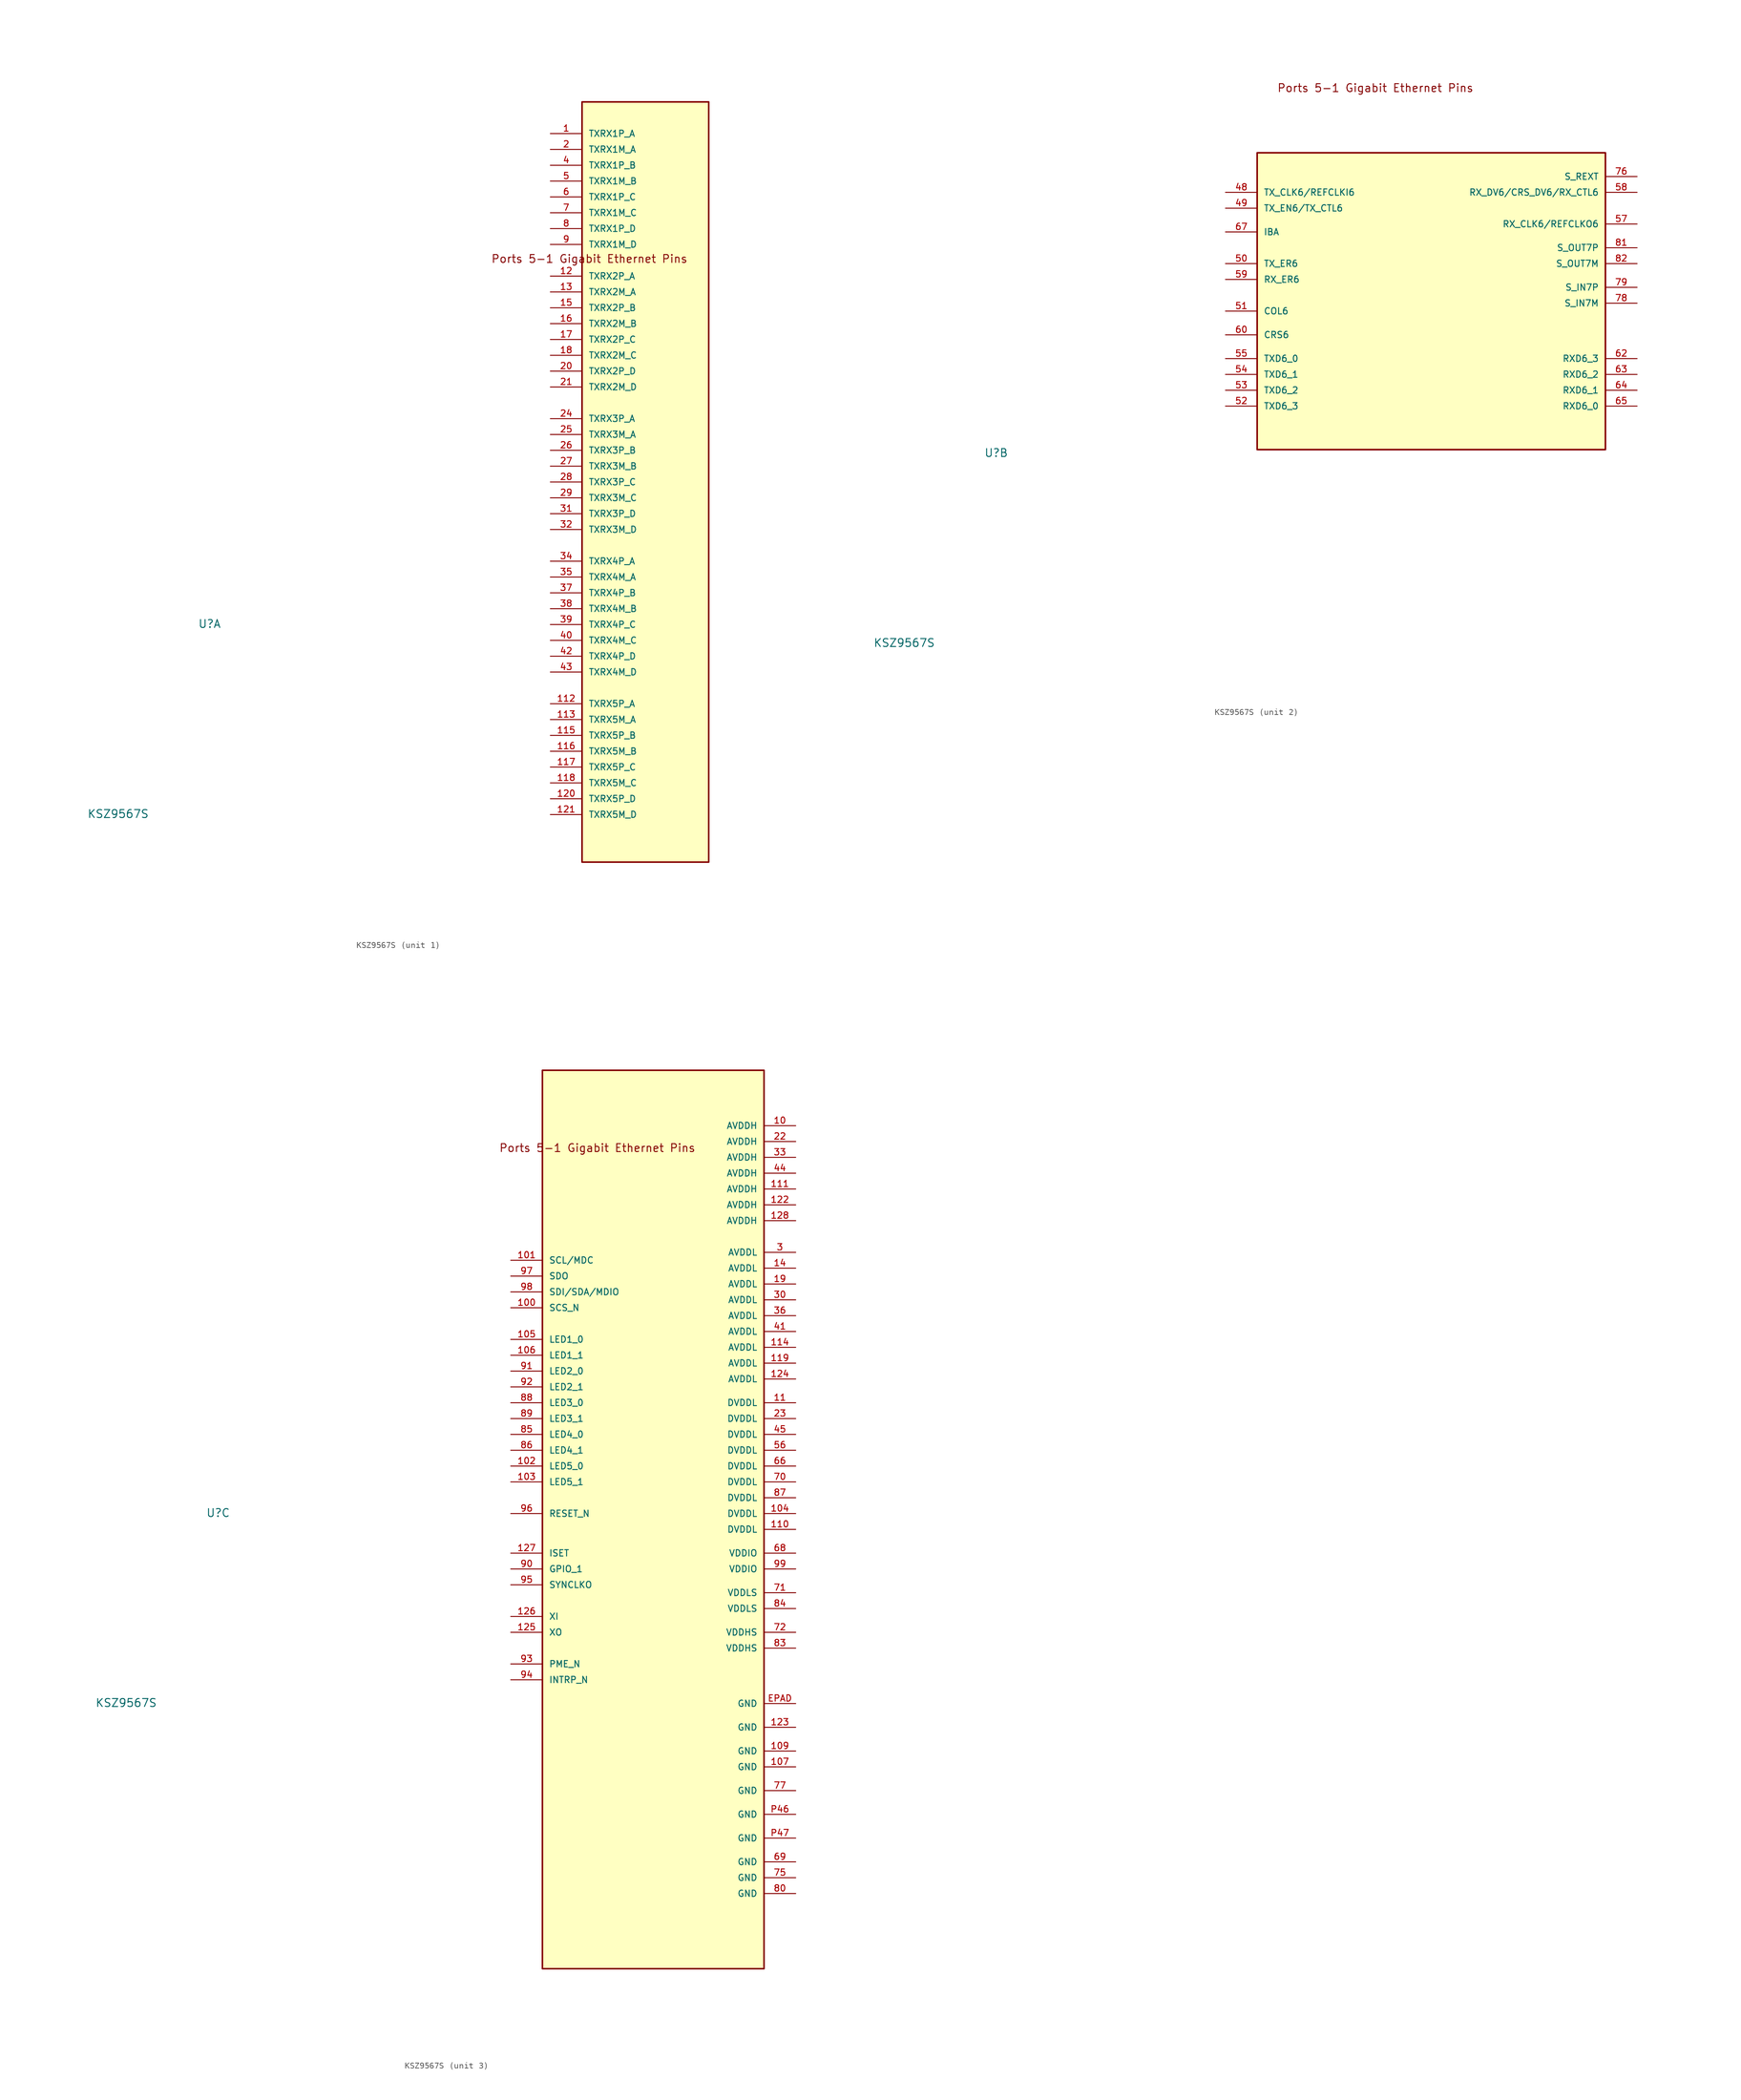
<source format=kicad_sym>
(kicad_symbol_lib
  (version 20210619)
  (generator kicad_symbol_editor)
  (symbol "KSZ9567RTXI:KSZ9567S"
    (pin_names
      (offset 1.016))
    (property "Reference" "U"
      (at -71.755 -23.495 0)
      (effects (font (size 1.27 1.27)) (justify left bottom)))
    (property "Value" "KSZ9567S"
      (at -89.535 -53.975 0)
      (effects (font (size 1.27 1.27)) (justify left bottom)))
    (property "ki_locked" ""
      (at 0 0 0)
      (effects (font (size 1.27 1.27))))
    (symbol "KSZ9567S_0_0"
      (text "Ports 5-1 Gigabit Ethernet Pins" (at -24.765 35.052 0) (effects (font (size 1.27 1.27)) (justify left bottom))))
    (symbol "KSZ9567S_1_0"
      (rectangle (start -10.16 -60.96) (end 10.16 60.96) (stroke (width 0.254)) (fill (type background)))
      (pin bidirectional line (at -15.24 55.88 0) (length 5.08) (name "TXRX1P_A" (effects (font (size 1.016 1.016)))) (number "1" (effects (font (size 1.016 1.016)))))
      (pin bidirectional line (at -15.24 -35.56 0) (length 5.08) (name "TXRX5P_A" (effects (font (size 1.016 1.016)))) (number "112" (effects (font (size 1.016 1.016)))))
      (pin bidirectional line (at -15.24 -38.1 0) (length 5.08) (name "TXRX5M_A" (effects (font (size 1.016 1.016)))) (number "113" (effects (font (size 1.016 1.016)))))
      (pin bidirectional line (at -15.24 -40.64 0) (length 5.08) (name "TXRX5P_B" (effects (font (size 1.016 1.016)))) (number "115" (effects (font (size 1.016 1.016)))))
      (pin bidirectional line (at -15.24 -43.18 0) (length 5.08) (name "TXRX5M_B" (effects (font (size 1.016 1.016)))) (number "116" (effects (font (size 1.016 1.016)))))
      (pin bidirectional line (at -15.24 -45.72 0) (length 5.08) (name "TXRX5P_C" (effects (font (size 1.016 1.016)))) (number "117" (effects (font (size 1.016 1.016)))))
      (pin bidirectional line (at -15.24 -48.26 0) (length 5.08) (name "TXRX5M_C" (effects (font (size 1.016 1.016)))) (number "118" (effects (font (size 1.016 1.016)))))
      (pin bidirectional line (at -15.24 33.02 0) (length 5.08) (name "TXRX2P_A" (effects (font (size 1.016 1.016)))) (number "12" (effects (font (size 1.016 1.016)))))
      (pin bidirectional line (at -15.24 -50.8 0) (length 5.08) (name "TXRX5P_D" (effects (font (size 1.016 1.016)))) (number "120" (effects (font (size 1.016 1.016)))))
      (pin bidirectional line (at -15.24 -53.34 0) (length 5.08) (name "TXRX5M_D" (effects (font (size 1.016 1.016)))) (number "121" (effects (font (size 1.016 1.016)))))
      (pin bidirectional line (at -15.24 30.48 0) (length 5.08) (name "TXRX2M_A" (effects (font (size 1.016 1.016)))) (number "13" (effects (font (size 1.016 1.016)))))
      (pin bidirectional line (at -15.24 27.94 0) (length 5.08) (name "TXRX2P_B" (effects (font (size 1.016 1.016)))) (number "15" (effects (font (size 1.016 1.016)))))
      (pin bidirectional line (at -15.24 25.4 0) (length 5.08) (name "TXRX2M_B" (effects (font (size 1.016 1.016)))) (number "16" (effects (font (size 1.016 1.016)))))
      (pin bidirectional line (at -15.24 22.86 0) (length 5.08) (name "TXRX2P_C" (effects (font (size 1.016 1.016)))) (number "17" (effects (font (size 1.016 1.016)))))
      (pin bidirectional line (at -15.24 20.32 0) (length 5.08) (name "TXRX2M_C" (effects (font (size 1.016 1.016)))) (number "18" (effects (font (size 1.016 1.016)))))
      (pin bidirectional line (at -15.24 53.34 0) (length 5.08) (name "TXRX1M_A" (effects (font (size 1.016 1.016)))) (number "2" (effects (font (size 1.016 1.016)))))
      (pin bidirectional line (at -15.24 17.78 0) (length 5.08) (name "TXRX2P_D" (effects (font (size 1.016 1.016)))) (number "20" (effects (font (size 1.016 1.016)))))
      (pin bidirectional line (at -15.24 15.24 0) (length 5.08) (name "TXRX2M_D" (effects (font (size 1.016 1.016)))) (number "21" (effects (font (size 1.016 1.016)))))
      (pin bidirectional line (at -15.24 10.16 0) (length 5.08) (name "TXRX3P_A" (effects (font (size 1.016 1.016)))) (number "24" (effects (font (size 1.016 1.016)))))
      (pin bidirectional line (at -15.24 7.62 0) (length 5.08) (name "TXRX3M_A" (effects (font (size 1.016 1.016)))) (number "25" (effects (font (size 1.016 1.016)))))
      (pin bidirectional line (at -15.24 5.08 0) (length 5.08) (name "TXRX3P_B" (effects (font (size 1.016 1.016)))) (number "26" (effects (font (size 1.016 1.016)))))
      (pin bidirectional line (at -15.24 2.54 0) (length 5.08) (name "TXRX3M_B" (effects (font (size 1.016 1.016)))) (number "27" (effects (font (size 1.016 1.016)))))
      (pin bidirectional line (at -15.24 0 0) (length 5.08) (name "TXRX3P_C" (effects (font (size 1.016 1.016)))) (number "28" (effects (font (size 1.016 1.016)))))
      (pin bidirectional line (at -15.24 -2.54 0) (length 5.08) (name "TXRX3M_C" (effects (font (size 1.016 1.016)))) (number "29" (effects (font (size 1.016 1.016)))))
      (pin bidirectional line (at -15.24 -5.08 0) (length 5.08) (name "TXRX3P_D" (effects (font (size 1.016 1.016)))) (number "31" (effects (font (size 1.016 1.016)))))
      (pin bidirectional line (at -15.24 -7.62 0) (length 5.08) (name "TXRX3M_D" (effects (font (size 1.016 1.016)))) (number "32" (effects (font (size 1.016 1.016)))))
      (pin bidirectional line (at -15.24 -12.7 0) (length 5.08) (name "TXRX4P_A" (effects (font (size 1.016 1.016)))) (number "34" (effects (font (size 1.016 1.016)))))
      (pin bidirectional line (at -15.24 -15.24 0) (length 5.08) (name "TXRX4M_A" (effects (font (size 1.016 1.016)))) (number "35" (effects (font (size 1.016 1.016)))))
      (pin bidirectional line (at -15.24 -17.78 0) (length 5.08) (name "TXRX4P_B" (effects (font (size 1.016 1.016)))) (number "37" (effects (font (size 1.016 1.016)))))
      (pin bidirectional line (at -15.24 -20.32 0) (length 5.08) (name "TXRX4M_B" (effects (font (size 1.016 1.016)))) (number "38" (effects (font (size 1.016 1.016)))))
      (pin bidirectional line (at -15.24 -22.86 0) (length 5.08) (name "TXRX4P_C" (effects (font (size 1.016 1.016)))) (number "39" (effects (font (size 1.016 1.016)))))
      (pin bidirectional line (at -15.24 50.8 0) (length 5.08) (name "TXRX1P_B" (effects (font (size 1.016 1.016)))) (number "4" (effects (font (size 1.016 1.016)))))
      (pin bidirectional line (at -15.24 -25.4 0) (length 5.08) (name "TXRX4M_C" (effects (font (size 1.016 1.016)))) (number "40" (effects (font (size 1.016 1.016)))))
      (pin bidirectional line (at -15.24 -27.94 0) (length 5.08) (name "TXRX4P_D" (effects (font (size 1.016 1.016)))) (number "42" (effects (font (size 1.016 1.016)))))
      (pin bidirectional line (at -15.24 -30.48 0) (length 5.08) (name "TXRX4M_D" (effects (font (size 1.016 1.016)))) (number "43" (effects (font (size 1.016 1.016)))))
      (pin bidirectional line (at -15.24 48.26 0) (length 5.08) (name "TXRX1M_B" (effects (font (size 1.016 1.016)))) (number "5" (effects (font (size 1.016 1.016)))))
      (pin bidirectional line (at -15.24 45.72 0) (length 5.08) (name "TXRX1P_C" (effects (font (size 1.016 1.016)))) (number "6" (effects (font (size 1.016 1.016)))))
      (pin bidirectional line (at -15.24 43.18 0) (length 5.08) (name "TXRX1M_C" (effects (font (size 1.016 1.016)))) (number "7" (effects (font (size 1.016 1.016)))))
      (pin bidirectional line (at -15.24 40.64 0) (length 5.08) (name "TXRX1P_D" (effects (font (size 1.016 1.016)))) (number "8" (effects (font (size 1.016 1.016)))))
      (pin bidirectional line (at -15.24 38.1 0) (length 5.08) (name "TXRX1M_D" (effects (font (size 1.016 1.016)))) (number "9" (effects (font (size 1.016 1.016))))))
    (symbol "KSZ9567S_2_0"
      (rectangle (start -27.94 25.4) (end 27.94 -22.225) (stroke (width 0.254)) (fill (type background)))
      (pin bidirectional line (at -33.02 19.05 0) (length 5.08) (name "TX_CLK6/REFCLKI6" (effects (font (size 1.016 1.016)))) (number "48" (effects (font (size 1.016 1.016)))))
      (pin input line (at -33.02 16.51 0) (length 5.08) (name "TX_EN6/TX_CTL6" (effects (font (size 1.016 1.016)))) (number "49" (effects (font (size 1.016 1.016)))))
      (pin input line (at -33.02 7.62 0) (length 5.08) (name "TX_ER6" (effects (font (size 1.016 1.016)))) (number "50" (effects (font (size 1.016 1.016)))))
      (pin input line (at -33.02 0 0) (length 5.08) (name "COL6" (effects (font (size 1.016 1.016)))) (number "51" (effects (font (size 1.016 1.016)))))
      (pin input line (at -33.02 -15.24 0) (length 5.08) (name "TXD6_3" (effects (font (size 1.016 1.016)))) (number "52" (effects (font (size 1.016 1.016)))))
      (pin input line (at -33.02 -12.7 0) (length 5.08) (name "TXD6_2" (effects (font (size 1.016 1.016)))) (number "53" (effects (font (size 1.016 1.016)))))
      (pin input line (at -33.02 -10.16 0) (length 5.08) (name "TXD6_1" (effects (font (size 1.016 1.016)))) (number "54" (effects (font (size 1.016 1.016)))))
      (pin input line (at -33.02 -7.62 0) (length 5.08) (name "TXD6_0" (effects (font (size 1.016 1.016)))) (number "55" (effects (font (size 1.016 1.016)))))
      (pin bidirectional line (at 33.02 13.97 180) (length 5.08) (name "RX_CLK6/REFCLKO6" (effects (font (size 1.016 1.016)))) (number "57" (effects (font (size 1.016 1.016)))))
      (pin bidirectional line (at 33.02 19.05 180) (length 5.08) (name "RX_DV6/CRS_DV6/RX_CTL6" (effects (font (size 1.016 1.016)))) (number "58" (effects (font (size 1.016 1.016)))))
      (pin bidirectional line (at -33.02 5.08 0) (length 5.08) (name "RX_ER6" (effects (font (size 1.016 1.016)))) (number "59" (effects (font (size 1.016 1.016)))))
      (pin bidirectional line (at -33.02 -3.81 0) (length 5.08) (name "CRS6" (effects (font (size 1.016 1.016)))) (number "60" (effects (font (size 1.016 1.016)))))
      (pin bidirectional line (at 33.02 -7.62 180) (length 5.08) (name "RXD6_3" (effects (font (size 1.016 1.016)))) (number "62" (effects (font (size 1.016 1.016)))))
      (pin bidirectional line (at 33.02 -10.16 180) (length 5.08) (name "RXD6_2" (effects (font (size 1.016 1.016)))) (number "63" (effects (font (size 1.016 1.016)))))
      (pin bidirectional line (at 33.02 -12.7 180) (length 5.08) (name "RXD6_1" (effects (font (size 1.016 1.016)))) (number "64" (effects (font (size 1.016 1.016)))))
      (pin bidirectional line (at 33.02 -15.24 180) (length 5.08) (name "RXD6_0" (effects (font (size 1.016 1.016)))) (number "65" (effects (font (size 1.016 1.016)))))
      (pin input line (at -33.02 12.7 0) (length 5.08) (name "IBA" (effects (font (size 1.016 1.016)))) (number "67" (effects (font (size 1.016 1.016)))))
      (pin bidirectional line (at 33.02 21.59 180) (length 5.08) (name "S_REXT" (effects (font (size 1.016 1.016)))) (number "76" (effects (font (size 1.016 1.016)))))
      (pin input line (at 33.02 1.27 180) (length 5.08) (name "S_IN7M" (effects (font (size 1.016 1.016)))) (number "78" (effects (font (size 1.016 1.016)))))
      (pin input line (at 33.02 3.81 180) (length 5.08) (name "S_IN7P" (effects (font (size 1.016 1.016)))) (number "79" (effects (font (size 1.016 1.016)))))
      (pin output line (at 33.02 10.16 180) (length 5.08) (name "S_OUT7P" (effects (font (size 1.016 1.016)))) (number "81" (effects (font (size 1.016 1.016)))))
      (pin output line (at 33.02 7.62 180) (length 5.08) (name "S_OUT7M" (effects (font (size 1.016 1.016)))) (number "82" (effects (font (size 1.016 1.016))))))
    (symbol "KSZ9567S_3_0"
      (rectangle (start -17.78 48.26) (end 17.78 -95.885) (stroke (width 0.254)) (fill (type background)))
      (pin power_in line (at 22.86 39.37 180) (length 5.08) (name "AVDDH" (effects (font (size 1.016 1.016)))) (number "10" (effects (font (size 1.016 1.016)))))
      (pin input line (at -22.86 10.16 0) (length 5.08) (name "SCS_N" (effects (font (size 1.016 1.016)))) (number "100" (effects (font (size 1.016 1.016)))))
      (pin input line (at -22.86 17.78 0) (length 5.08) (name "SCL/MDC" (effects (font (size 1.016 1.016)))) (number "101" (effects (font (size 1.016 1.016)))))
      (pin input line (at -22.86 -15.24 0) (length 5.08) (name "LED5_0" (effects (font (size 1.016 1.016)))) (number "102" (effects (font (size 1.016 1.016)))))
      (pin input line (at -22.86 -17.78 0) (length 5.08) (name "LED5_1" (effects (font (size 1.016 1.016)))) (number "103" (effects (font (size 1.016 1.016)))))
      (pin power_in line (at 22.86 -22.86 180) (length 5.08) (name "DVDDL" (effects (font (size 1.016 1.016)))) (number "104" (effects (font (size 1.016 1.016)))))
      (pin input line (at -22.86 5.08 0) (length 5.08) (name "LED1_0" (effects (font (size 1.016 1.016)))) (number "105" (effects (font (size 1.016 1.016)))))
      (pin input line (at -22.86 2.54 0) (length 5.08) (name "LED1_1" (effects (font (size 1.016 1.016)))) (number "106" (effects (font (size 1.016 1.016)))))
      (pin power_in line (at 22.86 -63.5 180) (length 5.08) (name "GND" (effects (font (size 1.016 1.016)))) (number "107" (effects (font (size 1.016 1.016)))))
      (pin power_in line (at 22.86 -60.96 180) (length 5.08) (name "GND" (effects (font (size 1.016 1.016)))) (number "109" (effects (font (size 1.016 1.016)))))
      (pin power_in line (at 22.86 -5.08 180) (length 5.08) (name "DVDDL" (effects (font (size 1.016 1.016)))) (number "11" (effects (font (size 1.016 1.016)))))
      (pin power_in line (at 22.86 -25.4 180) (length 5.08) (name "DVDDL" (effects (font (size 1.016 1.016)))) (number "110" (effects (font (size 1.016 1.016)))))
      (pin power_in line (at 22.86 29.21 180) (length 5.08) (name "AVDDH" (effects (font (size 1.016 1.016)))) (number "111" (effects (font (size 1.016 1.016)))))
      (pin power_in line (at 22.86 3.81 180) (length 5.08) (name "AVDDL" (effects (font (size 1.016 1.016)))) (number "114" (effects (font (size 1.016 1.016)))))
      (pin power_in line (at 22.86 1.27 180) (length 5.08) (name "AVDDL" (effects (font (size 1.016 1.016)))) (number "119" (effects (font (size 1.016 1.016)))))
      (pin power_in line (at 22.86 26.67 180) (length 5.08) (name "AVDDH" (effects (font (size 1.016 1.016)))) (number "122" (effects (font (size 1.016 1.016)))))
      (pin power_in line (at 22.86 -57.15 180) (length 5.08) (name "GND" (effects (font (size 1.016 1.016)))) (number "123" (effects (font (size 1.016 1.016)))))
      (pin power_in line (at 22.86 -1.27 180) (length 5.08) (name "AVDDL" (effects (font (size 1.016 1.016)))) (number "124" (effects (font (size 1.016 1.016)))))
      (pin output line (at -22.86 -41.91 0) (length 5.08) (name "XO" (effects (font (size 1.016 1.016)))) (number "125" (effects (font (size 1.016 1.016)))))
      (pin input line (at -22.86 -39.37 0) (length 5.08) (name "XI" (effects (font (size 1.016 1.016)))) (number "126" (effects (font (size 1.016 1.016)))))
      (pin bidirectional line (at -22.86 -29.21 0) (length 5.08) (name "ISET" (effects (font (size 1.016 1.016)))) (number "127" (effects (font (size 1.016 1.016)))))
      (pin power_in line (at 22.86 24.13 180) (length 5.08) (name "AVDDH" (effects (font (size 1.016 1.016)))) (number "128" (effects (font (size 1.016 1.016)))))
      (pin power_in line (at 22.86 16.51 180) (length 5.08) (name "AVDDL" (effects (font (size 1.016 1.016)))) (number "14" (effects (font (size 1.016 1.016)))))
      (pin power_in line (at 22.86 13.97 180) (length 5.08) (name "AVDDL" (effects (font (size 1.016 1.016)))) (number "19" (effects (font (size 1.016 1.016)))))
      (pin power_in line (at 22.86 36.83 180) (length 5.08) (name "AVDDH" (effects (font (size 1.016 1.016)))) (number "22" (effects (font (size 1.016 1.016)))))
      (pin power_in line (at 22.86 -7.62 180) (length 5.08) (name "DVDDL" (effects (font (size 1.016 1.016)))) (number "23" (effects (font (size 1.016 1.016)))))
      (pin power_in line (at 22.86 19.05 180) (length 5.08) (name "AVDDL" (effects (font (size 1.016 1.016)))) (number "3" (effects (font (size 1.016 1.016)))))
      (pin power_in line (at 22.86 11.43 180) (length 5.08) (name "AVDDL" (effects (font (size 1.016 1.016)))) (number "30" (effects (font (size 1.016 1.016)))))
      (pin power_in line (at 22.86 34.29 180) (length 5.08) (name "AVDDH" (effects (font (size 1.016 1.016)))) (number "33" (effects (font (size 1.016 1.016)))))
      (pin power_in line (at 22.86 8.89 180) (length 5.08) (name "AVDDL" (effects (font (size 1.016 1.016)))) (number "36" (effects (font (size 1.016 1.016)))))
      (pin power_in line (at 22.86 6.35 180) (length 5.08) (name "AVDDL" (effects (font (size 1.016 1.016)))) (number "41" (effects (font (size 1.016 1.016)))))
      (pin power_in line (at 22.86 31.75 180) (length 5.08) (name "AVDDH" (effects (font (size 1.016 1.016)))) (number "44" (effects (font (size 1.016 1.016)))))
      (pin power_in line (at 22.86 -10.16 180) (length 5.08) (name "DVDDL" (effects (font (size 1.016 1.016)))) (number "45" (effects (font (size 1.016 1.016)))))
      (pin power_in line (at 22.86 -12.7 180) (length 5.08) (name "DVDDL" (effects (font (size 1.016 1.016)))) (number "56" (effects (font (size 1.016 1.016)))))
      (pin power_in line (at 22.86 -15.24 180) (length 5.08) (name "DVDDL" (effects (font (size 1.016 1.016)))) (number "66" (effects (font (size 1.016 1.016)))))
      (pin power_in line (at 22.86 -29.21 180) (length 5.08) (name "VDDIO" (effects (font (size 1.016 1.016)))) (number "68" (effects (font (size 1.016 1.016)))))
      (pin power_in line (at 22.86 -78.74 180) (length 5.08) (name "GND" (effects (font (size 1.016 1.016)))) (number "69" (effects (font (size 1.016 1.016)))))
      (pin power_in line (at 22.86 -17.78 180) (length 5.08) (name "DVDDL" (effects (font (size 1.016 1.016)))) (number "70" (effects (font (size 1.016 1.016)))))
      (pin power_in line (at 22.86 -35.56 180) (length 5.08) (name "VDDLS" (effects (font (size 1.016 1.016)))) (number "71" (effects (font (size 1.016 1.016)))))
      (pin power_in line (at 22.86 -41.91 180) (length 5.08) (name "VDDHS" (effects (font (size 1.016 1.016)))) (number "72" (effects (font (size 1.016 1.016)))))
      (pin power_in line (at 22.86 -81.28 180) (length 5.08) (name "GND" (effects (font (size 1.016 1.016)))) (number "75" (effects (font (size 1.016 1.016)))))
      (pin power_in line (at 22.86 -67.31 180) (length 5.08) (name "GND" (effects (font (size 1.016 1.016)))) (number "77" (effects (font (size 1.016 1.016)))))
      (pin power_in line (at 22.86 -83.82 180) (length 5.08) (name "GND" (effects (font (size 1.016 1.016)))) (number "80" (effects (font (size 1.016 1.016)))))
      (pin power_in line (at 22.86 -44.45 180) (length 5.08) (name "VDDHS" (effects (font (size 1.016 1.016)))) (number "83" (effects (font (size 1.016 1.016)))))
      (pin power_in line (at 22.86 -38.1 180) (length 5.08) (name "VDDLS" (effects (font (size 1.016 1.016)))) (number "84" (effects (font (size 1.016 1.016)))))
      (pin input line (at -22.86 -10.16 0) (length 5.08) (name "LED4_0" (effects (font (size 1.016 1.016)))) (number "85" (effects (font (size 1.016 1.016)))))
      (pin input line (at -22.86 -12.7 0) (length 5.08) (name "LED4_1" (effects (font (size 1.016 1.016)))) (number "86" (effects (font (size 1.016 1.016)))))
      (pin power_in line (at 22.86 -20.32 180) (length 5.08) (name "DVDDL" (effects (font (size 1.016 1.016)))) (number "87" (effects (font (size 1.016 1.016)))))
      (pin input line (at -22.86 -5.08 0) (length 5.08) (name "LED3_0" (effects (font (size 1.016 1.016)))) (number "88" (effects (font (size 1.016 1.016)))))
      (pin input line (at -22.86 -7.62 0) (length 5.08) (name "LED3_1" (effects (font (size 1.016 1.016)))) (number "89" (effects (font (size 1.016 1.016)))))
      (pin bidirectional line (at -22.86 -31.75 0) (length 5.08) (name "GPIO_1" (effects (font (size 1.016 1.016)))) (number "90" (effects (font (size 1.016 1.016)))))
      (pin input line (at -22.86 0 0) (length 5.08) (name "LED2_0" (effects (font (size 1.016 1.016)))) (number "91" (effects (font (size 1.016 1.016)))))
      (pin input line (at -22.86 -2.54 0) (length 5.08) (name "LED2_1" (effects (font (size 1.016 1.016)))) (number "92" (effects (font (size 1.016 1.016)))))
      (pin output line (at -22.86 -46.99 0) (length 5.08) (name "PME_N" (effects (font (size 1.016 1.016)))) (number "93" (effects (font (size 1.016 1.016)))))
      (pin output line (at -22.86 -49.53 0) (length 5.08) (name "INTRP_N" (effects (font (size 1.016 1.016)))) (number "94" (effects (font (size 1.016 1.016)))))
      (pin output line (at -22.86 -34.29 0) (length 5.08) (name "SYNCLKO" (effects (font (size 1.016 1.016)))) (number "95" (effects (font (size 1.016 1.016)))))
      (pin input line (at -22.86 -22.86 0) (length 5.08) (name "RESET_N" (effects (font (size 1.016 1.016)))) (number "96" (effects (font (size 1.016 1.016)))))
      (pin output line (at -22.86 15.24 0) (length 5.08) (name "SDO" (effects (font (size 1.016 1.016)))) (number "97" (effects (font (size 1.016 1.016)))))
      (pin bidirectional line (at -22.86 12.7 0) (length 5.08) (name "SDI/SDA/MDIO" (effects (font (size 1.016 1.016)))) (number "98" (effects (font (size 1.016 1.016)))))
      (pin power_in line (at 22.86 -31.75 180) (length 5.08) (name "VDDIO" (effects (font (size 1.016 1.016)))) (number "99" (effects (font (size 1.016 1.016)))))
      (pin power_in line (at 22.86 -53.34 180) (length 5.08) (name "GND" (effects (font (size 1.016 1.016)))) (number "EPAD" (effects (font (size 1.016 1.016)))))
      (pin power_in line (at 22.86 -71.12 180) (length 5.08) (name "GND" (effects (font (size 1.016 1.016)))) (number "P46" (effects (font (size 1.016 1.016)))))
      (pin power_in line (at 22.86 -74.93 180) (length 5.08) (name "GND" (effects (font (size 1.016 1.016)))) (number "P47" (effects (font (size 1.016 1.016))))))))
</source>
